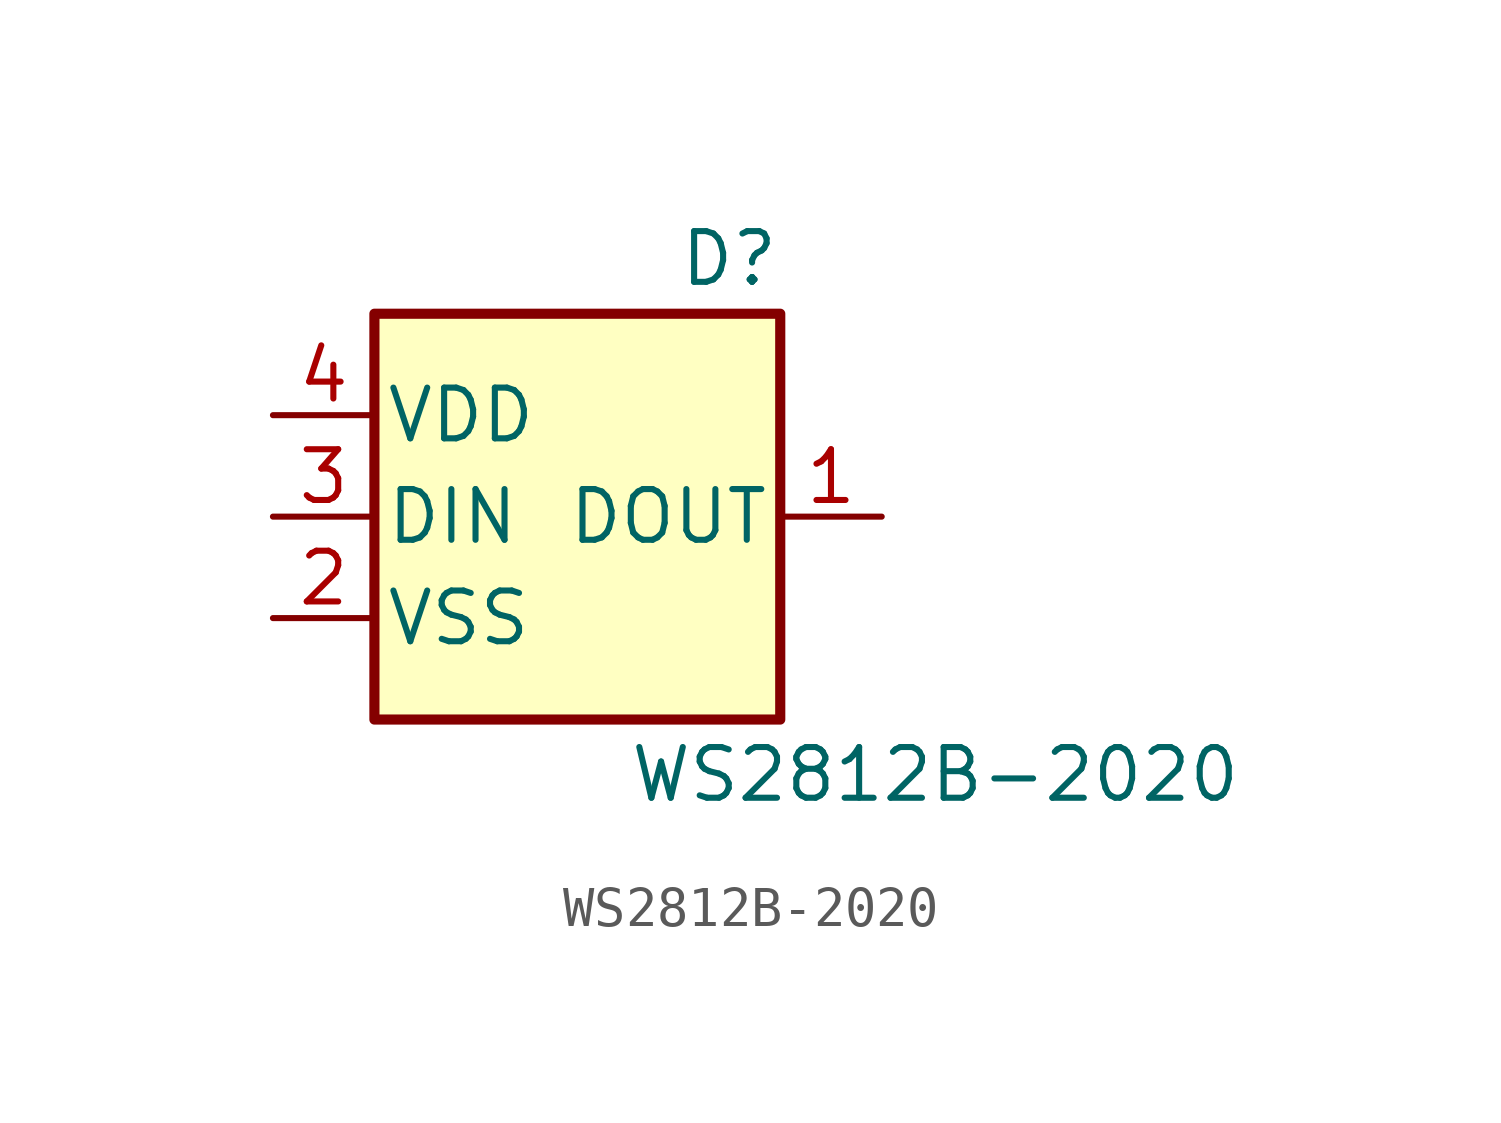
<source format=kicad_sym>
(kicad_symbol_lib
  (version 20201005)
  (generator kicad_symbol_editor)
  (symbol "WS2812B-2020"
    (pin_names
      (offset 0.254))
    (property "Reference" "D"
      (at 5.08 5.715 0)
      (effects (font (size 1.27 1.27)) (justify right bottom)))
    (property "Value" "WS2812B-2020"
      (at 1.27 -5.715 0)
      (effects (font (size 1.27 1.27)) (justify left top)))
    (symbol "WS2812B-2020_0_1"
      (rectangle (start -5.08 5.08) (end 5.08 -5.08) (stroke (width 0.254)) (fill (type background))))
    (symbol "WS2812B-2020_1_1"
      (pin output line (at 7.62 0 180) (length 2.54) (name "DOUT" (effects (font (size 1.27 1.27)))) (number "1" (effects (font (size 1.27 1.27)))))
      (pin power_in line (at -7.62 -2.54 0) (length 2.54) (name "VSS" (effects (font (size 1.27 1.27)))) (number "2" (effects (font (size 1.27 1.27)))))
      (pin input line (at -7.62 0 0) (length 2.54) (name "DIN" (effects (font (size 1.27 1.27)))) (number "3" (effects (font (size 1.27 1.27)))))
      (pin power_in line (at -7.62 2.54 0) (length 2.54) (name "VDD" (effects (font (size 1.27 1.27)))) (number "4" (effects (font (size 1.27 1.27))))))))
</source>
